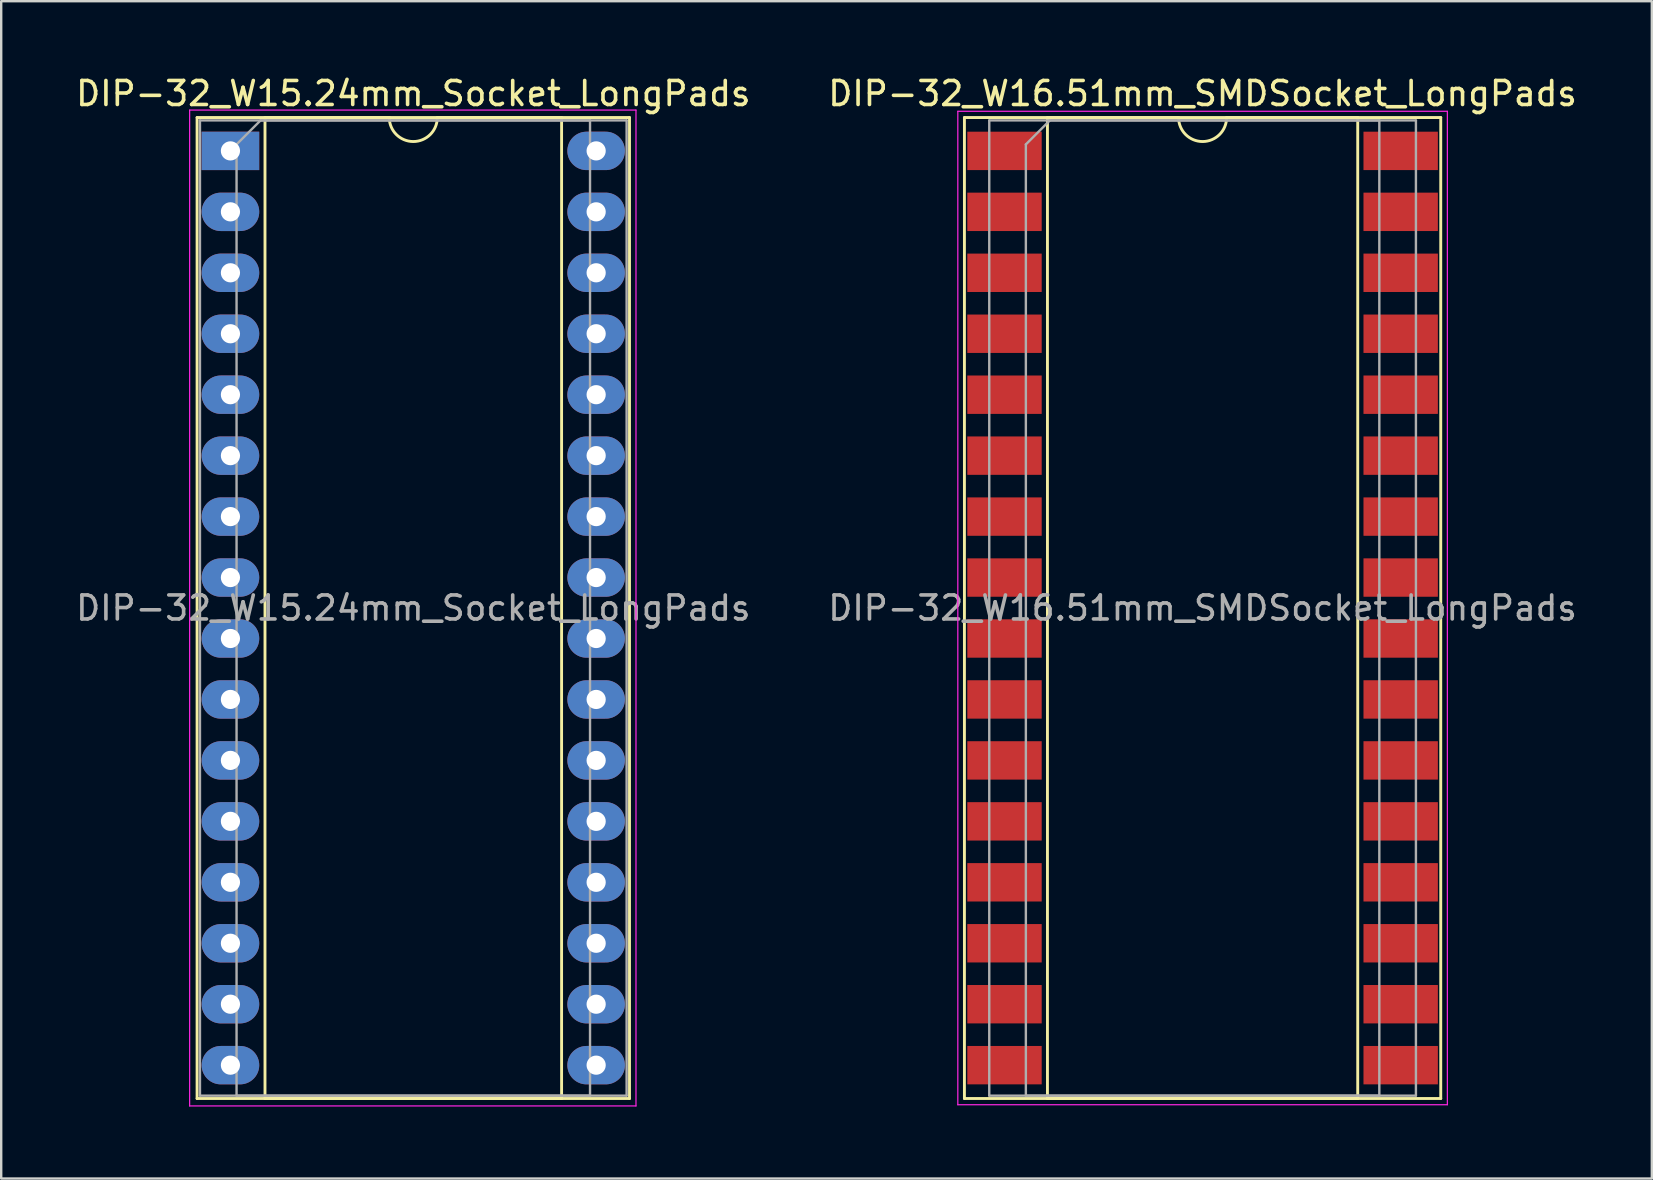
<source format=kicad_pcb>
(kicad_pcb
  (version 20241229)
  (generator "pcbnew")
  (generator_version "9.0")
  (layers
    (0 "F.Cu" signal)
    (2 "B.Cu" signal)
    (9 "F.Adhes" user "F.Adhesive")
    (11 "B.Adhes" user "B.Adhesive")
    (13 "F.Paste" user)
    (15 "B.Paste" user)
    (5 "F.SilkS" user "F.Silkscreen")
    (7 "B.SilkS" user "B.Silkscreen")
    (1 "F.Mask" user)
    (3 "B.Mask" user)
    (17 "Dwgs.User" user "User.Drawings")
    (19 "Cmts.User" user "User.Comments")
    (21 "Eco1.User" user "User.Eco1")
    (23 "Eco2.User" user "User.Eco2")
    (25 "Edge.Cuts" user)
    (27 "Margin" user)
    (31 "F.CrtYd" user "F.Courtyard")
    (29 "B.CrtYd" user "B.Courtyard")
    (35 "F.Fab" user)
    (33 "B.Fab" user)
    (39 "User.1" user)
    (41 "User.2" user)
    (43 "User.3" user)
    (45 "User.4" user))
  (footprint "DIP-32_W16.51mm_SMDSocket_LongPads"
    (layer "F.Cu")
    (at 47.065 22.288)
    (property "Reference" "DIP-32_W16.51mm_SMDSocket_LongPads" (at 0 -21.44 0) (layer "F.SilkS") (effects (font (size 1 1) (thickness 0.15))))
    (attr smd)
    (fp_line (start -9.925 -20.44) (end -9.925 20.44) (stroke (width 0.12) (type solid)) (layer "F.SilkS"))
    (fp_line (start -9.925 20.44) (end 9.925 20.44) (stroke (width 0.12) (type solid)) (layer "F.SilkS"))
    (fp_line (start -6.465 -20.44) (end -6.465 20.44) (stroke (width 0.12) (type solid)) (layer "F.SilkS"))
    (fp_line (start -6.465 20.44) (end 6.465 20.44) (stroke (width 0.12) (type solid)) (layer "F.SilkS"))
    (fp_line (start -1 -20.44) (end -6.465 -20.44) (stroke (width 0.12) (type solid)) (layer "F.SilkS"))
    (fp_line (start 6.465 -20.44) (end 1 -20.44) (stroke (width 0.12) (type solid)) (layer "F.SilkS"))
    (fp_line (start 6.465 20.44) (end 6.465 -20.44) (stroke (width 0.12) (type solid)) (layer "F.SilkS"))
    (fp_line (start 9.925 -20.44) (end -9.925 -20.44) (stroke (width 0.12) (type solid)) (layer "F.SilkS"))
    (fp_line (start 9.925 20.44) (end 9.925 -20.44) (stroke (width 0.12) (type solid)) (layer "F.SilkS"))
    (fp_arc (start 1 -20.44) (mid 0 -19.44) (end -1 -20.44) (stroke (width 0.12) (type solid)) (layer "F.SilkS"))
    (fp_line (start -10.2 -20.7) (end -10.2 20.7) (stroke (width 0.05) (type solid)) (layer "F.CrtYd"))
    (fp_line (start -10.2 20.7) (end 10.2 20.7) (stroke (width 0.05) (type solid)) (layer "F.CrtYd"))
    (fp_line (start 10.2 -20.7) (end -10.2 -20.7) (stroke (width 0.05) (type solid)) (layer "F.CrtYd"))
    (fp_line (start 10.2 20.7) (end 10.2 -20.7) (stroke (width 0.05) (type solid)) (layer "F.CrtYd"))
    (fp_line (start -8.89 -20.32) (end -8.89 20.32) (stroke (width 0.1) (type solid)) (layer "F.Fab"))
    (fp_line (start -8.89 20.32) (end 8.89 20.32) (stroke (width 0.1) (type solid)) (layer "F.Fab"))
    (fp_line (start -7.365 -19.32) (end -6.365 -20.32) (stroke (width 0.1) (type solid)) (layer "F.Fab"))
    (fp_line (start -7.365 20.32) (end -7.365 -19.32) (stroke (width 0.1) (type solid)) (layer "F.Fab"))
    (fp_line (start -6.365 -20.32) (end 7.365 -20.32) (stroke (width 0.1) (type solid)) (layer "F.Fab"))
    (fp_line (start 7.365 -20.32) (end 7.365 20.32) (stroke (width 0.1) (type solid)) (layer "F.Fab"))
    (fp_line (start 7.365 20.32) (end -7.365 20.32) (stroke (width 0.1) (type solid)) (layer "F.Fab"))
    (fp_line (start 8.89 -20.32) (end -8.89 -20.32) (stroke (width 0.1) (type solid)) (layer "F.Fab"))
    (fp_line (start 8.89 20.32) (end 8.89 -20.32) (stroke (width 0.1) (type solid)) (layer "F.Fab"))
    (fp_text user "${REFERENCE}" (at 0 0 0) (layer "F.Fab") (effects (font (size 1 1) (thickness 0.15))))
    (pad "1" smd rect (at -8.255 -19.05) (size 3.1 1.6) (layers "F.Cu" "F.Mask" "F.Paste"))
    (pad "2" smd rect (at -8.255 -16.51) (size 3.1 1.6) (layers "F.Cu" "F.Mask" "F.Paste"))
    (pad "3" smd rect (at -8.255 -13.97) (size 3.1 1.6) (layers "F.Cu" "F.Mask" "F.Paste"))
    (pad "4" smd rect (at -8.255 -11.43) (size 3.1 1.6) (layers "F.Cu" "F.Mask" "F.Paste"))
    (pad "5" smd rect (at -8.255 -8.89) (size 3.1 1.6) (layers "F.Cu" "F.Mask" "F.Paste"))
    (pad "6" smd rect (at -8.255 -6.35) (size 3.1 1.6) (layers "F.Cu" "F.Mask" "F.Paste"))
    (pad "7" smd rect (at -8.255 -3.81) (size 3.1 1.6) (layers "F.Cu" "F.Mask" "F.Paste"))
    (pad "8" smd rect (at -8.255 -1.27) (size 3.1 1.6) (layers "F.Cu" "F.Mask" "F.Paste"))
    (pad "9" smd rect (at -8.255 1.27) (size 3.1 1.6) (layers "F.Cu" "F.Mask" "F.Paste"))
    (pad "10" smd rect (at -8.255 3.81) (size 3.1 1.6) (layers "F.Cu" "F.Mask" "F.Paste"))
    (pad "11" smd rect (at -8.255 6.35) (size 3.1 1.6) (layers "F.Cu" "F.Mask" "F.Paste"))
    (pad "12" smd rect (at -8.255 8.89) (size 3.1 1.6) (layers "F.Cu" "F.Mask" "F.Paste"))
    (pad "13" smd rect (at -8.255 11.43) (size 3.1 1.6) (layers "F.Cu" "F.Mask" "F.Paste"))
    (pad "14" smd rect (at -8.255 13.97) (size 3.1 1.6) (layers "F.Cu" "F.Mask" "F.Paste"))
    (pad "15" smd rect (at -8.255 16.51) (size 3.1 1.6) (layers "F.Cu" "F.Mask" "F.Paste"))
    (pad "16" smd rect (at -8.255 19.05) (size 3.1 1.6) (layers "F.Cu" "F.Mask" "F.Paste"))
    (pad "17" smd rect (at 8.255 19.05) (size 3.1 1.6) (layers "F.Cu" "F.Mask" "F.Paste"))
    (pad "18" smd rect (at 8.255 16.51) (size 3.1 1.6) (layers "F.Cu" "F.Mask" "F.Paste"))
    (pad "19" smd rect (at 8.255 13.97) (size 3.1 1.6) (layers "F.Cu" "F.Mask" "F.Paste"))
    (pad "20" smd rect (at 8.255 11.43) (size 3.1 1.6) (layers "F.Cu" "F.Mask" "F.Paste"))
    (pad "21" smd rect (at 8.255 8.89) (size 3.1 1.6) (layers "F.Cu" "F.Mask" "F.Paste"))
    (pad "22" smd rect (at 8.255 6.35) (size 3.1 1.6) (layers "F.Cu" "F.Mask" "F.Paste"))
    (pad "23" smd rect (at 8.255 3.81) (size 3.1 1.6) (layers "F.Cu" "F.Mask" "F.Paste"))
    (pad "24" smd rect (at 8.255 1.27) (size 3.1 1.6) (layers "F.Cu" "F.Mask" "F.Paste"))
    (pad "25" smd rect (at 8.255 -1.27) (size 3.1 1.6) (layers "F.Cu" "F.Mask" "F.Paste"))
    (pad "26" smd rect (at 8.255 -3.81) (size 3.1 1.6) (layers "F.Cu" "F.Mask" "F.Paste"))
    (pad "27" smd rect (at 8.255 -6.35) (size 3.1 1.6) (layers "F.Cu" "F.Mask" "F.Paste"))
    (pad "28" smd rect (at 8.255 -8.89) (size 3.1 1.6) (layers "F.Cu" "F.Mask" "F.Paste"))
    (pad "29" smd rect (at 8.255 -11.43) (size 3.1 1.6) (layers "F.Cu" "F.Mask" "F.Paste"))
    (pad "30" smd rect (at 8.255 -13.97) (size 3.1 1.6) (layers "F.Cu" "F.Mask" "F.Paste"))
    (pad "31" smd rect (at 8.255 -16.51) (size 3.1 1.6) (layers "F.Cu" "F.Mask" "F.Paste"))
    (pad "32" smd rect (at 8.255 -19.05) (size 3.1 1.6) (layers "F.Cu" "F.Mask" "F.Paste")))
  (footprint "DIP-32_W15.24mm_Socket_LongPads"
    (layer "F.Cu")
    (at 6.553 3.238)
    (property "Reference" "DIP-32_W15.24mm_Socket_LongPads" (at 7.62 -2.39 0) (layer "F.SilkS") (effects (font (size 1 1) (thickness 0.15))))
    (attr through_hole)
    (fp_line (start -1.39 -1.39) (end -1.39 39.49) (stroke (width 0.12) (type solid)) (layer "F.SilkS"))
    (fp_line (start -1.39 39.49) (end 16.63 39.49) (stroke (width 0.12) (type solid)) (layer "F.SilkS"))
    (fp_line (start 1.44 -1.39) (end 1.44 39.49) (stroke (width 0.12) (type solid)) (layer "F.SilkS"))
    (fp_line (start 1.44 39.49) (end 13.8 39.49) (stroke (width 0.12) (type solid)) (layer "F.SilkS"))
    (fp_line (start 6.62 -1.39) (end 1.44 -1.39) (stroke (width 0.12) (type solid)) (layer "F.SilkS"))
    (fp_line (start 13.8 -1.39) (end 8.62 -1.39) (stroke (width 0.12) (type solid)) (layer "F.SilkS"))
    (fp_line (start 13.8 39.49) (end 13.8 -1.39) (stroke (width 0.12) (type solid)) (layer "F.SilkS"))
    (fp_line (start 16.63 -1.39) (end -1.39 -1.39) (stroke (width 0.12) (type solid)) (layer "F.SilkS"))
    (fp_line (start 16.63 39.49) (end 16.63 -1.39) (stroke (width 0.12) (type solid)) (layer "F.SilkS"))
    (fp_arc (start 8.62 -1.39) (mid 7.62 -0.39) (end 6.62 -1.39) (stroke (width 0.12) (type solid)) (layer "F.SilkS"))
    (fp_line (start -1.7 -1.7) (end -1.7 39.8) (stroke (width 0.05) (type solid)) (layer "F.CrtYd"))
    (fp_line (start -1.7 39.8) (end 16.9 39.8) (stroke (width 0.05) (type solid)) (layer "F.CrtYd"))
    (fp_line (start 16.9 -1.7) (end -1.7 -1.7) (stroke (width 0.05) (type solid)) (layer "F.CrtYd"))
    (fp_line (start 16.9 39.8) (end 16.9 -1.7) (stroke (width 0.05) (type solid)) (layer "F.CrtYd"))
    (fp_line (start -1.27 -1.27) (end -1.27 39.37) (stroke (width 0.1) (type solid)) (layer "F.Fab"))
    (fp_line (start -1.27 39.37) (end 16.51 39.37) (stroke (width 0.1) (type solid)) (layer "F.Fab"))
    (fp_line (start 0.255 -0.27) (end 1.255 -1.27) (stroke (width 0.1) (type solid)) (layer "F.Fab"))
    (fp_line (start 0.255 39.37) (end 0.255 -0.27) (stroke (width 0.1) (type solid)) (layer "F.Fab"))
    (fp_line (start 1.255 -1.27) (end 14.985 -1.27) (stroke (width 0.1) (type solid)) (layer "F.Fab"))
    (fp_line (start 14.985 -1.27) (end 14.985 39.37) (stroke (width 0.1) (type solid)) (layer "F.Fab"))
    (fp_line (start 14.985 39.37) (end 0.255 39.37) (stroke (width 0.1) (type solid)) (layer "F.Fab"))
    (fp_line (start 16.51 -1.27) (end -1.27 -1.27) (stroke (width 0.1) (type solid)) (layer "F.Fab"))
    (fp_line (start 16.51 39.37) (end 16.51 -1.27) (stroke (width 0.1) (type solid)) (layer "F.Fab"))
    (fp_text user "${REFERENCE}" (at 7.62 19.05 0) (layer "F.Fab") (effects (font (size 1 1) (thickness 0.15))))
    (pad "1" thru_hole rect (at 0 0) (size 2.4 1.6) (drill 0.8) (layers "*.Cu" "*.Mask"))
    (pad "2" thru_hole oval (at 0 2.54) (size 2.4 1.6) (drill 0.8) (layers "*.Cu" "*.Mask"))
    (pad "3" thru_hole oval (at 0 5.08) (size 2.4 1.6) (drill 0.8) (layers "*.Cu" "*.Mask"))
    (pad "4" thru_hole oval (at 0 7.62) (size 2.4 1.6) (drill 0.8) (layers "*.Cu" "*.Mask"))
    (pad "5" thru_hole oval (at 0 10.16) (size 2.4 1.6) (drill 0.8) (layers "*.Cu" "*.Mask"))
    (pad "6" thru_hole oval (at 0 12.7) (size 2.4 1.6) (drill 0.8) (layers "*.Cu" "*.Mask"))
    (pad "7" thru_hole oval (at 0 15.24) (size 2.4 1.6) (drill 0.8) (layers "*.Cu" "*.Mask"))
    (pad "8" thru_hole oval (at 0 17.78) (size 2.4 1.6) (drill 0.8) (layers "*.Cu" "*.Mask"))
    (pad "9" thru_hole oval (at 0 20.32) (size 2.4 1.6) (drill 0.8) (layers "*.Cu" "*.Mask"))
    (pad "10" thru_hole oval (at 0 22.86) (size 2.4 1.6) (drill 0.8) (layers "*.Cu" "*.Mask"))
    (pad "11" thru_hole oval (at 0 25.4) (size 2.4 1.6) (drill 0.8) (layers "*.Cu" "*.Mask"))
    (pad "12" thru_hole oval (at 0 27.94) (size 2.4 1.6) (drill 0.8) (layers "*.Cu" "*.Mask"))
    (pad "13" thru_hole oval (at 0 30.48) (size 2.4 1.6) (drill 0.8) (layers "*.Cu" "*.Mask"))
    (pad "14" thru_hole oval (at 0 33.02) (size 2.4 1.6) (drill 0.8) (layers "*.Cu" "*.Mask"))
    (pad "15" thru_hole oval (at 0 35.56) (size 2.4 1.6) (drill 0.8) (layers "*.Cu" "*.Mask"))
    (pad "16" thru_hole oval (at 0 38.1) (size 2.4 1.6) (drill 0.8) (layers "*.Cu" "*.Mask"))
    (pad "17" thru_hole oval (at 15.24 38.1) (size 2.4 1.6) (drill 0.8) (layers "*.Cu" "*.Mask"))
    (pad "18" thru_hole oval (at 15.24 35.56) (size 2.4 1.6) (drill 0.8) (layers "*.Cu" "*.Mask"))
    (pad "19" thru_hole oval (at 15.24 33.02) (size 2.4 1.6) (drill 0.8) (layers "*.Cu" "*.Mask"))
    (pad "20" thru_hole oval (at 15.24 30.48) (size 2.4 1.6) (drill 0.8) (layers "*.Cu" "*.Mask"))
    (pad "21" thru_hole oval (at 15.24 27.94) (size 2.4 1.6) (drill 0.8) (layers "*.Cu" "*.Mask"))
    (pad "22" thru_hole oval (at 15.24 25.4) (size 2.4 1.6) (drill 0.8) (layers "*.Cu" "*.Mask"))
    (pad "23" thru_hole oval (at 15.24 22.86) (size 2.4 1.6) (drill 0.8) (layers "*.Cu" "*.Mask"))
    (pad "24" thru_hole oval (at 15.24 20.32) (size 2.4 1.6) (drill 0.8) (layers "*.Cu" "*.Mask"))
    (pad "25" thru_hole oval (at 15.24 17.78) (size 2.4 1.6) (drill 0.8) (layers "*.Cu" "*.Mask"))
    (pad "26" thru_hole oval (at 15.24 15.24) (size 2.4 1.6) (drill 0.8) (layers "*.Cu" "*.Mask"))
    (pad "27" thru_hole oval (at 15.24 12.7) (size 2.4 1.6) (drill 0.8) (layers "*.Cu" "*.Mask"))
    (pad "28" thru_hole oval (at 15.24 10.16) (size 2.4 1.6) (drill 0.8) (layers "*.Cu" "*.Mask"))
    (pad "29" thru_hole oval (at 15.24 7.62) (size 2.4 1.6) (drill 0.8) (layers "*.Cu" "*.Mask"))
    (pad "30" thru_hole oval (at 15.24 5.08) (size 2.4 1.6) (drill 0.8) (layers "*.Cu" "*.Mask"))
    (pad "31" thru_hole oval (at 15.24 2.54) (size 2.4 1.6) (drill 0.8) (layers "*.Cu" "*.Mask"))
    (pad "32" thru_hole oval (at 15.24 0) (size 2.4 1.6) (drill 0.8) (layers "*.Cu" "*.Mask")))
  (gr_rect
    (start -3 -3)
    (end 65.786 46.063)
    (stroke (width 0.1) (type default))
    (fill no)
    (layer "Edge.Cuts")))
</source>
